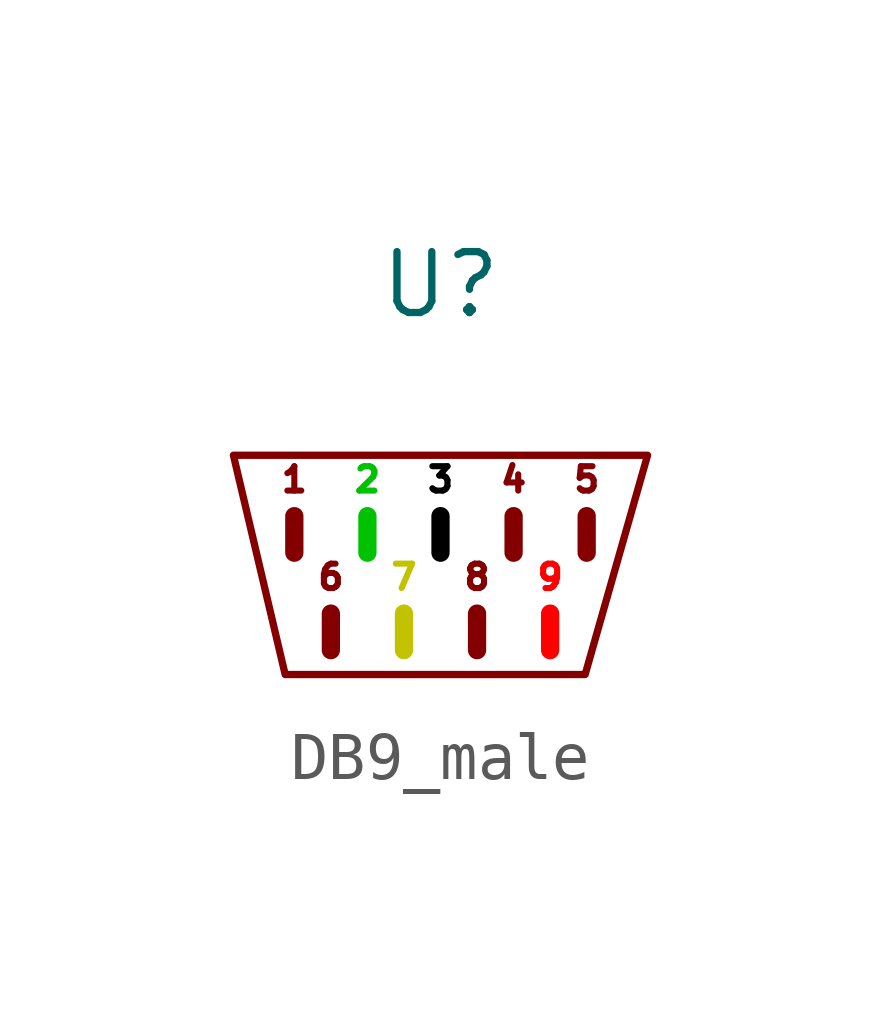
<source format=kicad_sym>
(kicad_symbol_lib
  (version 20241209)
  (generator "kicad_symbol_editor")
  (generator_version "9.0")
  (symbol "DB9_male"
    (property "Reference" "U"
      (at 0 3.556 0)
      (effects (font (size 1.27 1.27))))
    (property "Value" ""
      (at 0 0 0)
      (effects (font (size 1.27 1.27))))
    (symbol "DB9_male_0_1"
      (polyline (pts (xy -4.318 0) (xy 4.318 0) (xy 3.016 -4.572) (xy -3.239 -4.572) (xy -4.318 0)) (stroke (width 0) (type default)) (fill (type none))))
    (symbol "DB9_male_1_1"
      (polyline (pts (xy -3.048 -2.032) (xy -3.048 -1.27)) (stroke (width 0.381) (type solid)) (fill (type none)))
      (polyline (pts (xy -2.286 -4.064) (xy -2.286 -3.302)) (stroke (width 0.381) (type solid)) (fill (type none)))
      (polyline (pts (xy -1.524 -2.032) (xy -1.524 -1.27)) (stroke (width 0.381) (type solid) (color 0 194 0 1)) (fill (type none)))
      (polyline (pts (xy -0.762 -4.064) (xy -0.762 -3.302)) (stroke (width 0.381) (type solid) (color 194 194 0 1)) (fill (type none)))
      (polyline (pts (xy 0 -2.032) (xy 0 -1.27)) (stroke (width 0.381) (type solid) (color 0 0 0 1)) (fill (type none)))
      (polyline (pts (xy 0.762 -4.064) (xy 0.762 -3.302)) (stroke (width 0.381) (type solid)) (fill (type none)))
      (polyline (pts (xy 1.524 -2.032) (xy 1.524 -1.27)) (stroke (width 0.381) (type solid)) (fill (type none)))
      (polyline (pts (xy 2.286 -4.064) (xy 2.286 -3.302)) (stroke (width 0.381) (type solid) (color 255 0 0 1)) (fill (type none)))
      (polyline (pts (xy 3.048 -2.032) (xy 3.048 -1.27)) (stroke (width 0.381) (type solid)) (fill (type none)))
      (text "1" (at -3.048 -0.508 0) (effects (font (size 0.508 0.508))))
      (text "6" (at -2.286 -2.54 0) (effects (font (size 0.508 0.508))))
      (text "2" (at -1.524 -0.508 0) (effects (font (size 0.508 0.508) (color 0 194 0 1))))
      (text "7" (at -0.762 -2.54 0) (effects (font (size 0.508 0.508) (color 194 194 0 1))))
      (text "3" (at 0 -0.508 0) (effects (font (size 0.508 0.508) (color 0 0 0 1))))
      (text "8" (at 0.762 -2.54 0) (effects (font (size 0.508 0.508))))
      (text "4" (at 1.524 -0.508 0) (effects (font (size 0.508 0.508))))
      (text "9" (at 2.286 -2.54 0) (effects (font (size 0.508 0.508) (color 255 0 0 1))))
      (text "5" (at 3.048 -0.508 0) (effects (font (size 0.508 0.508)))))))
</source>
